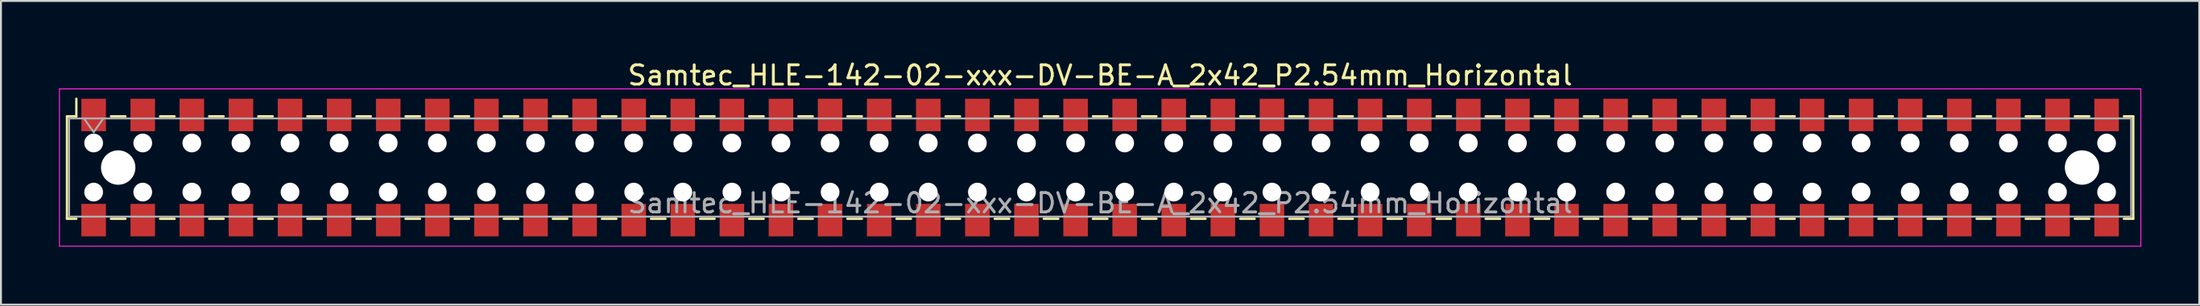
<source format=kicad_pcb>
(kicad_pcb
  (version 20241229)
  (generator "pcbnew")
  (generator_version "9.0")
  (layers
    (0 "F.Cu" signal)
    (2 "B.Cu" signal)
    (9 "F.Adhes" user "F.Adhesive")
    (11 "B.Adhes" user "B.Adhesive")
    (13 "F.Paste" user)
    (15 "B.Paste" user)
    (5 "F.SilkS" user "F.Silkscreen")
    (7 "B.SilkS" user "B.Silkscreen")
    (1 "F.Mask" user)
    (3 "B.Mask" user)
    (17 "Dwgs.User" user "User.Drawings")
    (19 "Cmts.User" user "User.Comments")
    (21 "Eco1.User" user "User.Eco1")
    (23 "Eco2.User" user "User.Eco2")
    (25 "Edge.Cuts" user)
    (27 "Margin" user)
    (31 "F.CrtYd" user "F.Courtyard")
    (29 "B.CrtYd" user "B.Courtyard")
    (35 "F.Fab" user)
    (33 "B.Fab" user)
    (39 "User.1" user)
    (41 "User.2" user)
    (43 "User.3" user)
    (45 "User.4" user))
  (footprint "Samtec_HLE-142-02-xxx-DV-BE-A_2x42_P2.54mm_Horizontal"
    (layer "F.Cu")
    (at 53.865 5.618)
    (property "Reference" "Samtec_HLE-142-02-xxx-DV-BE-A_2x42_P2.54mm_Horizontal" (at 0 -4.77 0) (layer "F.SilkS") (effects (font (size 1 1) (thickness 0.15))))
    (attr smd)
    (fp_line (start -53.45 -2.65) (end -53.45 2.65) (stroke (width 0.12) (type solid)) (layer "F.SilkS"))
    (fp_line (start -53.45 2.65) (end -52.965 2.65) (stroke (width 0.12) (type solid)) (layer "F.SilkS"))
    (fp_line (start -52.965 -3.56) (end -52.965 -2.65) (stroke (width 0.12) (type solid)) (layer "F.SilkS"))
    (fp_line (start -52.965 -2.65) (end -53.45 -2.65) (stroke (width 0.12) (type solid)) (layer "F.SilkS"))
    (fp_line (start -51.175 -2.65) (end -50.425 -2.65) (stroke (width 0.12) (type solid)) (layer "F.SilkS"))
    (fp_line (start -51.175 2.65) (end -50.425 2.65) (stroke (width 0.12) (type solid)) (layer "F.SilkS"))
    (fp_line (start -48.635 -2.65) (end -47.885 -2.65) (stroke (width 0.12) (type solid)) (layer "F.SilkS"))
    (fp_line (start -48.635 2.65) (end -47.885 2.65) (stroke (width 0.12) (type solid)) (layer "F.SilkS"))
    (fp_line (start -46.095 -2.65) (end -45.345 -2.65) (stroke (width 0.12) (type solid)) (layer "F.SilkS"))
    (fp_line (start -46.095 2.65) (end -45.345 2.65) (stroke (width 0.12) (type solid)) (layer "F.SilkS"))
    (fp_line (start -43.555 -2.65) (end -42.805 -2.65) (stroke (width 0.12) (type solid)) (layer "F.SilkS"))
    (fp_line (start -43.555 2.65) (end -42.805 2.65) (stroke (width 0.12) (type solid)) (layer "F.SilkS"))
    (fp_line (start -41.015 -2.65) (end -40.265 -2.65) (stroke (width 0.12) (type solid)) (layer "F.SilkS"))
    (fp_line (start -41.015 2.65) (end -40.265 2.65) (stroke (width 0.12) (type solid)) (layer "F.SilkS"))
    (fp_line (start -38.475 -2.65) (end -37.725 -2.65) (stroke (width 0.12) (type solid)) (layer "F.SilkS"))
    (fp_line (start -38.475 2.65) (end -37.725 2.65) (stroke (width 0.12) (type solid)) (layer "F.SilkS"))
    (fp_line (start -35.935 -2.65) (end -35.185 -2.65) (stroke (width 0.12) (type solid)) (layer "F.SilkS"))
    (fp_line (start -35.935 2.65) (end -35.185 2.65) (stroke (width 0.12) (type solid)) (layer "F.SilkS"))
    (fp_line (start -33.395 -2.65) (end -32.645 -2.65) (stroke (width 0.12) (type solid)) (layer "F.SilkS"))
    (fp_line (start -33.395 2.65) (end -32.645 2.65) (stroke (width 0.12) (type solid)) (layer "F.SilkS"))
    (fp_line (start -30.855 -2.65) (end -30.105 -2.65) (stroke (width 0.12) (type solid)) (layer "F.SilkS"))
    (fp_line (start -30.855 2.65) (end -30.105 2.65) (stroke (width 0.12) (type solid)) (layer "F.SilkS"))
    (fp_line (start -28.315 -2.65) (end -27.565 -2.65) (stroke (width 0.12) (type solid)) (layer "F.SilkS"))
    (fp_line (start -28.315 2.65) (end -27.565 2.65) (stroke (width 0.12) (type solid)) (layer "F.SilkS"))
    (fp_line (start -25.775 -2.65) (end -25.025 -2.65) (stroke (width 0.12) (type solid)) (layer "F.SilkS"))
    (fp_line (start -25.775 2.65) (end -25.025 2.65) (stroke (width 0.12) (type solid)) (layer "F.SilkS"))
    (fp_line (start -23.235 -2.65) (end -22.485 -2.65) (stroke (width 0.12) (type solid)) (layer "F.SilkS"))
    (fp_line (start -23.235 2.65) (end -22.485 2.65) (stroke (width 0.12) (type solid)) (layer "F.SilkS"))
    (fp_line (start -20.695 -2.65) (end -19.945 -2.65) (stroke (width 0.12) (type solid)) (layer "F.SilkS"))
    (fp_line (start -20.695 2.65) (end -19.945 2.65) (stroke (width 0.12) (type solid)) (layer "F.SilkS"))
    (fp_line (start -18.155 -2.65) (end -17.405 -2.65) (stroke (width 0.12) (type solid)) (layer "F.SilkS"))
    (fp_line (start -18.155 2.65) (end -17.405 2.65) (stroke (width 0.12) (type solid)) (layer "F.SilkS"))
    (fp_line (start -15.615 -2.65) (end -14.865 -2.65) (stroke (width 0.12) (type solid)) (layer "F.SilkS"))
    (fp_line (start -15.615 2.65) (end -14.865 2.65) (stroke (width 0.12) (type solid)) (layer "F.SilkS"))
    (fp_line (start -13.075 -2.65) (end -12.325 -2.65) (stroke (width 0.12) (type solid)) (layer "F.SilkS"))
    (fp_line (start -13.075 2.65) (end -12.325 2.65) (stroke (width 0.12) (type solid)) (layer "F.SilkS"))
    (fp_line (start -10.535 -2.65) (end -9.785 -2.65) (stroke (width 0.12) (type solid)) (layer "F.SilkS"))
    (fp_line (start -10.535 2.65) (end -9.785 2.65) (stroke (width 0.12) (type solid)) (layer "F.SilkS"))
    (fp_line (start -7.995 -2.65) (end -7.245 -2.65) (stroke (width 0.12) (type solid)) (layer "F.SilkS"))
    (fp_line (start -7.995 2.65) (end -7.245 2.65) (stroke (width 0.12) (type solid)) (layer "F.SilkS"))
    (fp_line (start -5.455 -2.65) (end -4.705 -2.65) (stroke (width 0.12) (type solid)) (layer "F.SilkS"))
    (fp_line (start -5.455 2.65) (end -4.705 2.65) (stroke (width 0.12) (type solid)) (layer "F.SilkS"))
    (fp_line (start -2.915 -2.65) (end -2.165 -2.65) (stroke (width 0.12) (type solid)) (layer "F.SilkS"))
    (fp_line (start -2.915 2.65) (end -2.165 2.65) (stroke (width 0.12) (type solid)) (layer "F.SilkS"))
    (fp_line (start -0.375 -2.65) (end 0.375 -2.65) (stroke (width 0.12) (type solid)) (layer "F.SilkS"))
    (fp_line (start -0.375 2.65) (end 0.375 2.65) (stroke (width 0.12) (type solid)) (layer "F.SilkS"))
    (fp_line (start 2.165 -2.65) (end 2.915 -2.65) (stroke (width 0.12) (type solid)) (layer "F.SilkS"))
    (fp_line (start 2.165 2.65) (end 2.915 2.65) (stroke (width 0.12) (type solid)) (layer "F.SilkS"))
    (fp_line (start 4.705 -2.65) (end 5.455 -2.65) (stroke (width 0.12) (type solid)) (layer "F.SilkS"))
    (fp_line (start 4.705 2.65) (end 5.455 2.65) (stroke (width 0.12) (type solid)) (layer "F.SilkS"))
    (fp_line (start 7.245 -2.65) (end 7.995 -2.65) (stroke (width 0.12) (type solid)) (layer "F.SilkS"))
    (fp_line (start 7.245 2.65) (end 7.995 2.65) (stroke (width 0.12) (type solid)) (layer "F.SilkS"))
    (fp_line (start 9.785 -2.65) (end 10.535 -2.65) (stroke (width 0.12) (type solid)) (layer "F.SilkS"))
    (fp_line (start 9.785 2.65) (end 10.535 2.65) (stroke (width 0.12) (type solid)) (layer "F.SilkS"))
    (fp_line (start 12.325 -2.65) (end 13.075 -2.65) (stroke (width 0.12) (type solid)) (layer "F.SilkS"))
    (fp_line (start 12.325 2.65) (end 13.075 2.65) (stroke (width 0.12) (type solid)) (layer "F.SilkS"))
    (fp_line (start 14.865 -2.65) (end 15.615 -2.65) (stroke (width 0.12) (type solid)) (layer "F.SilkS"))
    (fp_line (start 14.865 2.65) (end 15.615 2.65) (stroke (width 0.12) (type solid)) (layer "F.SilkS"))
    (fp_line (start 17.405 -2.65) (end 18.155 -2.65) (stroke (width 0.12) (type solid)) (layer "F.SilkS"))
    (fp_line (start 17.405 2.65) (end 18.155 2.65) (stroke (width 0.12) (type solid)) (layer "F.SilkS"))
    (fp_line (start 19.945 -2.65) (end 20.695 -2.65) (stroke (width 0.12) (type solid)) (layer "F.SilkS"))
    (fp_line (start 19.945 2.65) (end 20.695 2.65) (stroke (width 0.12) (type solid)) (layer "F.SilkS"))
    (fp_line (start 22.485 -2.65) (end 23.235 -2.65) (stroke (width 0.12) (type solid)) (layer "F.SilkS"))
    (fp_line (start 22.485 2.65) (end 23.235 2.65) (stroke (width 0.12) (type solid)) (layer "F.SilkS"))
    (fp_line (start 25.025 -2.65) (end 25.775 -2.65) (stroke (width 0.12) (type solid)) (layer "F.SilkS"))
    (fp_line (start 25.025 2.65) (end 25.775 2.65) (stroke (width 0.12) (type solid)) (layer "F.SilkS"))
    (fp_line (start 27.565 -2.65) (end 28.315 -2.65) (stroke (width 0.12) (type solid)) (layer "F.SilkS"))
    (fp_line (start 27.565 2.65) (end 28.315 2.65) (stroke (width 0.12) (type solid)) (layer "F.SilkS"))
    (fp_line (start 30.105 -2.65) (end 30.855 -2.65) (stroke (width 0.12) (type solid)) (layer "F.SilkS"))
    (fp_line (start 30.105 2.65) (end 30.855 2.65) (stroke (width 0.12) (type solid)) (layer "F.SilkS"))
    (fp_line (start 32.645 -2.65) (end 33.395 -2.65) (stroke (width 0.12) (type solid)) (layer "F.SilkS"))
    (fp_line (start 32.645 2.65) (end 33.395 2.65) (stroke (width 0.12) (type solid)) (layer "F.SilkS"))
    (fp_line (start 35.185 -2.65) (end 35.935 -2.65) (stroke (width 0.12) (type solid)) (layer "F.SilkS"))
    (fp_line (start 35.185 2.65) (end 35.935 2.65) (stroke (width 0.12) (type solid)) (layer "F.SilkS"))
    (fp_line (start 37.725 -2.65) (end 38.475 -2.65) (stroke (width 0.12) (type solid)) (layer "F.SilkS"))
    (fp_line (start 37.725 2.65) (end 38.475 2.65) (stroke (width 0.12) (type solid)) (layer "F.SilkS"))
    (fp_line (start 40.265 -2.65) (end 41.015 -2.65) (stroke (width 0.12) (type solid)) (layer "F.SilkS"))
    (fp_line (start 40.265 2.65) (end 41.015 2.65) (stroke (width 0.12) (type solid)) (layer "F.SilkS"))
    (fp_line (start 42.805 -2.65) (end 43.555 -2.65) (stroke (width 0.12) (type solid)) (layer "F.SilkS"))
    (fp_line (start 42.805 2.65) (end 43.555 2.65) (stroke (width 0.12) (type solid)) (layer "F.SilkS"))
    (fp_line (start 45.345 -2.65) (end 46.095 -2.65) (stroke (width 0.12) (type solid)) (layer "F.SilkS"))
    (fp_line (start 45.345 2.65) (end 46.095 2.65) (stroke (width 0.12) (type solid)) (layer "F.SilkS"))
    (fp_line (start 47.885 -2.65) (end 48.635 -2.65) (stroke (width 0.12) (type solid)) (layer "F.SilkS"))
    (fp_line (start 47.885 2.65) (end 48.635 2.65) (stroke (width 0.12) (type solid)) (layer "F.SilkS"))
    (fp_line (start 50.425 -2.65) (end 51.175 -2.65) (stroke (width 0.12) (type solid)) (layer "F.SilkS"))
    (fp_line (start 50.425 2.65) (end 51.175 2.65) (stroke (width 0.12) (type solid)) (layer "F.SilkS"))
    (fp_line (start 52.965 -2.65) (end 53.45 -2.65) (stroke (width 0.12) (type solid)) (layer "F.SilkS"))
    (fp_line (start 53.45 -2.65) (end 53.45 2.65) (stroke (width 0.12) (type solid)) (layer "F.SilkS"))
    (fp_line (start 53.45 2.65) (end 52.965 2.65) (stroke (width 0.12) (type solid)) (layer "F.SilkS"))
    (fp_line (start -53.84 -4.07) (end 53.84 -4.07) (stroke (width 0.05) (type solid)) (layer "F.CrtYd"))
    (fp_line (start -53.84 4.07) (end -53.84 -4.07) (stroke (width 0.05) (type solid)) (layer "F.CrtYd"))
    (fp_line (start 53.84 -4.07) (end 53.84 4.07) (stroke (width 0.05) (type solid)) (layer "F.CrtYd"))
    (fp_line (start 53.84 4.07) (end -53.84 4.07) (stroke (width 0.05) (type solid)) (layer "F.CrtYd"))
    (fp_line (start -53.34 -2.54) (end 53.34 -2.54) (stroke (width 0.1) (type solid)) (layer "F.Fab"))
    (fp_line (start -53.34 2.54) (end -53.34 -2.54) (stroke (width 0.1) (type solid)) (layer "F.Fab"))
    (fp_line (start -52.57 -2.54) (end -52.07 -1.833) (stroke (width 0.1) (type solid)) (layer "F.Fab"))
    (fp_line (start -52.07 -1.833) (end -51.57 -2.54) (stroke (width 0.1) (type solid)) (layer "F.Fab"))
    (fp_line (start 53.34 -2.54) (end 53.34 2.54) (stroke (width 0.1) (type solid)) (layer "F.Fab"))
    (fp_line (start 53.34 2.54) (end -53.34 2.54) (stroke (width 0.1) (type solid)) (layer "F.Fab"))
    (fp_text user "${REFERENCE}" (at 0 1.84 0) (layer "F.Fab") (effects (font (size 1 1) (thickness 0.15))))
    (pad "" np_thru_hole circle (at -52.07 -1.27) (size 0.97 0.97) (drill 0.97) (layers "*.Cu" "*.Mask"))
    (pad "" np_thru_hole circle (at -52.07 1.27) (size 0.97 0.97) (drill 0.97) (layers "*.Cu" "*.Mask"))
    (pad "" np_thru_hole circle (at -50.8 0) (size 1.78 1.78) (drill 1.78) (layers "*.Cu" "*.Mask"))
    (pad "" np_thru_hole circle (at -49.53 -1.27) (size 0.97 0.97) (drill 0.97) (layers "*.Cu" "*.Mask"))
    (pad "" np_thru_hole circle (at -49.53 1.27) (size 0.97 0.97) (drill 0.97) (layers "*.Cu" "*.Mask"))
    (pad "" np_thru_hole circle (at -46.99 -1.27) (size 0.97 0.97) (drill 0.97) (layers "*.Cu" "*.Mask"))
    (pad "" np_thru_hole circle (at -46.99 1.27) (size 0.97 0.97) (drill 0.97) (layers "*.Cu" "*.Mask"))
    (pad "" np_thru_hole circle (at -44.45 -1.27) (size 0.97 0.97) (drill 0.97) (layers "*.Cu" "*.Mask"))
    (pad "" np_thru_hole circle (at -44.45 1.27) (size 0.97 0.97) (drill 0.97) (layers "*.Cu" "*.Mask"))
    (pad "" np_thru_hole circle (at -41.91 -1.27) (size 0.97 0.97) (drill 0.97) (layers "*.Cu" "*.Mask"))
    (pad "" np_thru_hole circle (at -41.91 1.27) (size 0.97 0.97) (drill 0.97) (layers "*.Cu" "*.Mask"))
    (pad "" np_thru_hole circle (at -39.37 -1.27) (size 0.97 0.97) (drill 0.97) (layers "*.Cu" "*.Mask"))
    (pad "" np_thru_hole circle (at -39.37 1.27) (size 0.97 0.97) (drill 0.97) (layers "*.Cu" "*.Mask"))
    (pad "" np_thru_hole circle (at -36.83 -1.27) (size 0.97 0.97) (drill 0.97) (layers "*.Cu" "*.Mask"))
    (pad "" np_thru_hole circle (at -36.83 1.27) (size 0.97 0.97) (drill 0.97) (layers "*.Cu" "*.Mask"))
    (pad "" np_thru_hole circle (at -34.29 -1.27) (size 0.97 0.97) (drill 0.97) (layers "*.Cu" "*.Mask"))
    (pad "" np_thru_hole circle (at -34.29 1.27) (size 0.97 0.97) (drill 0.97) (layers "*.Cu" "*.Mask"))
    (pad "" np_thru_hole circle (at -31.75 -1.27) (size 0.97 0.97) (drill 0.97) (layers "*.Cu" "*.Mask"))
    (pad "" np_thru_hole circle (at -31.75 1.27) (size 0.97 0.97) (drill 0.97) (layers "*.Cu" "*.Mask"))
    (pad "" np_thru_hole circle (at -29.21 -1.27) (size 0.97 0.97) (drill 0.97) (layers "*.Cu" "*.Mask"))
    (pad "" np_thru_hole circle (at -29.21 1.27) (size 0.97 0.97) (drill 0.97) (layers "*.Cu" "*.Mask"))
    (pad "" np_thru_hole circle (at -26.67 -1.27) (size 0.97 0.97) (drill 0.97) (layers "*.Cu" "*.Mask"))
    (pad "" np_thru_hole circle (at -26.67 1.27) (size 0.97 0.97) (drill 0.97) (layers "*.Cu" "*.Mask"))
    (pad "" np_thru_hole circle (at -24.13 -1.27) (size 0.97 0.97) (drill 0.97) (layers "*.Cu" "*.Mask"))
    (pad "" np_thru_hole circle (at -24.13 1.27) (size 0.97 0.97) (drill 0.97) (layers "*.Cu" "*.Mask"))
    (pad "" np_thru_hole circle (at -21.59 -1.27) (size 0.97 0.97) (drill 0.97) (layers "*.Cu" "*.Mask"))
    (pad "" np_thru_hole circle (at -21.59 1.27) (size 0.97 0.97) (drill 0.97) (layers "*.Cu" "*.Mask"))
    (pad "" np_thru_hole circle (at -19.05 -1.27) (size 0.97 0.97) (drill 0.97) (layers "*.Cu" "*.Mask"))
    (pad "" np_thru_hole circle (at -19.05 1.27) (size 0.97 0.97) (drill 0.97) (layers "*.Cu" "*.Mask"))
    (pad "" np_thru_hole circle (at -16.51 -1.27) (size 0.97 0.97) (drill 0.97) (layers "*.Cu" "*.Mask"))
    (pad "" np_thru_hole circle (at -16.51 1.27) (size 0.97 0.97) (drill 0.97) (layers "*.Cu" "*.Mask"))
    (pad "" np_thru_hole circle (at -13.97 -1.27) (size 0.97 0.97) (drill 0.97) (layers "*.Cu" "*.Mask"))
    (pad "" np_thru_hole circle (at -13.97 1.27) (size 0.97 0.97) (drill 0.97) (layers "*.Cu" "*.Mask"))
    (pad "" np_thru_hole circle (at -11.43 -1.27) (size 0.97 0.97) (drill 0.97) (layers "*.Cu" "*.Mask"))
    (pad "" np_thru_hole circle (at -11.43 1.27) (size 0.97 0.97) (drill 0.97) (layers "*.Cu" "*.Mask"))
    (pad "" np_thru_hole circle (at -8.89 -1.27) (size 0.97 0.97) (drill 0.97) (layers "*.Cu" "*.Mask"))
    (pad "" np_thru_hole circle (at -8.89 1.27) (size 0.97 0.97) (drill 0.97) (layers "*.Cu" "*.Mask"))
    (pad "" np_thru_hole circle (at -6.35 -1.27) (size 0.97 0.97) (drill 0.97) (layers "*.Cu" "*.Mask"))
    (pad "" np_thru_hole circle (at -6.35 1.27) (size 0.97 0.97) (drill 0.97) (layers "*.Cu" "*.Mask"))
    (pad "" np_thru_hole circle (at -3.81 -1.27) (size 0.97 0.97) (drill 0.97) (layers "*.Cu" "*.Mask"))
    (pad "" np_thru_hole circle (at -3.81 1.27) (size 0.97 0.97) (drill 0.97) (layers "*.Cu" "*.Mask"))
    (pad "" np_thru_hole circle (at -1.27 -1.27) (size 0.97 0.97) (drill 0.97) (layers "*.Cu" "*.Mask"))
    (pad "" np_thru_hole circle (at -1.27 1.27) (size 0.97 0.97) (drill 0.97) (layers "*.Cu" "*.Mask"))
    (pad "" np_thru_hole circle (at 1.27 -1.27) (size 0.97 0.97) (drill 0.97) (layers "*.Cu" "*.Mask"))
    (pad "" np_thru_hole circle (at 1.27 1.27) (size 0.97 0.97) (drill 0.97) (layers "*.Cu" "*.Mask"))
    (pad "" np_thru_hole circle (at 3.81 -1.27) (size 0.97 0.97) (drill 0.97) (layers "*.Cu" "*.Mask"))
    (pad "" np_thru_hole circle (at 3.81 1.27) (size 0.97 0.97) (drill 0.97) (layers "*.Cu" "*.Mask"))
    (pad "" np_thru_hole circle (at 6.35 -1.27) (size 0.97 0.97) (drill 0.97) (layers "*.Cu" "*.Mask"))
    (pad "" np_thru_hole circle (at 6.35 1.27) (size 0.97 0.97) (drill 0.97) (layers "*.Cu" "*.Mask"))
    (pad "" np_thru_hole circle (at 8.89 -1.27) (size 0.97 0.97) (drill 0.97) (layers "*.Cu" "*.Mask"))
    (pad "" np_thru_hole circle (at 8.89 1.27) (size 0.97 0.97) (drill 0.97) (layers "*.Cu" "*.Mask"))
    (pad "" np_thru_hole circle (at 11.43 -1.27) (size 0.97 0.97) (drill 0.97) (layers "*.Cu" "*.Mask"))
    (pad "" np_thru_hole circle (at 11.43 1.27) (size 0.97 0.97) (drill 0.97) (layers "*.Cu" "*.Mask"))
    (pad "" np_thru_hole circle (at 13.97 -1.27) (size 0.97 0.97) (drill 0.97) (layers "*.Cu" "*.Mask"))
    (pad "" np_thru_hole circle (at 13.97 1.27) (size 0.97 0.97) (drill 0.97) (layers "*.Cu" "*.Mask"))
    (pad "" np_thru_hole circle (at 16.51 -1.27) (size 0.97 0.97) (drill 0.97) (layers "*.Cu" "*.Mask"))
    (pad "" np_thru_hole circle (at 16.51 1.27) (size 0.97 0.97) (drill 0.97) (layers "*.Cu" "*.Mask"))
    (pad "" np_thru_hole circle (at 19.05 -1.27) (size 0.97 0.97) (drill 0.97) (layers "*.Cu" "*.Mask"))
    (pad "" np_thru_hole circle (at 19.05 1.27) (size 0.97 0.97) (drill 0.97) (layers "*.Cu" "*.Mask"))
    (pad "" np_thru_hole circle (at 21.59 -1.27) (size 0.97 0.97) (drill 0.97) (layers "*.Cu" "*.Mask"))
    (pad "" np_thru_hole circle (at 21.59 1.27) (size 0.97 0.97) (drill 0.97) (layers "*.Cu" "*.Mask"))
    (pad "" np_thru_hole circle (at 24.13 -1.27) (size 0.97 0.97) (drill 0.97) (layers "*.Cu" "*.Mask"))
    (pad "" np_thru_hole circle (at 24.13 1.27) (size 0.97 0.97) (drill 0.97) (layers "*.Cu" "*.Mask"))
    (pad "" np_thru_hole circle (at 26.67 -1.27) (size 0.97 0.97) (drill 0.97) (layers "*.Cu" "*.Mask"))
    (pad "" np_thru_hole circle (at 26.67 1.27) (size 0.97 0.97) (drill 0.97) (layers "*.Cu" "*.Mask"))
    (pad "" np_thru_hole circle (at 29.21 -1.27) (size 0.97 0.97) (drill 0.97) (layers "*.Cu" "*.Mask"))
    (pad "" np_thru_hole circle (at 29.21 1.27) (size 0.97 0.97) (drill 0.97) (layers "*.Cu" "*.Mask"))
    (pad "" np_thru_hole circle (at 31.75 -1.27) (size 0.97 0.97) (drill 0.97) (layers "*.Cu" "*.Mask"))
    (pad "" np_thru_hole circle (at 31.75 1.27) (size 0.97 0.97) (drill 0.97) (layers "*.Cu" "*.Mask"))
    (pad "" np_thru_hole circle (at 34.29 -1.27) (size 0.97 0.97) (drill 0.97) (layers "*.Cu" "*.Mask"))
    (pad "" np_thru_hole circle (at 34.29 1.27) (size 0.97 0.97) (drill 0.97) (layers "*.Cu" "*.Mask"))
    (pad "" np_thru_hole circle (at 36.83 -1.27) (size 0.97 0.97) (drill 0.97) (layers "*.Cu" "*.Mask"))
    (pad "" np_thru_hole circle (at 36.83 1.27) (size 0.97 0.97) (drill 0.97) (layers "*.Cu" "*.Mask"))
    (pad "" np_thru_hole circle (at 39.37 -1.27) (size 0.97 0.97) (drill 0.97) (layers "*.Cu" "*.Mask"))
    (pad "" np_thru_hole circle (at 39.37 1.27) (size 0.97 0.97) (drill 0.97) (layers "*.Cu" "*.Mask"))
    (pad "" np_thru_hole circle (at 41.91 -1.27) (size 0.97 0.97) (drill 0.97) (layers "*.Cu" "*.Mask"))
    (pad "" np_thru_hole circle (at 41.91 1.27) (size 0.97 0.97) (drill 0.97) (layers "*.Cu" "*.Mask"))
    (pad "" np_thru_hole circle (at 44.45 -1.27) (size 0.97 0.97) (drill 0.97) (layers "*.Cu" "*.Mask"))
    (pad "" np_thru_hole circle (at 44.45 1.27) (size 0.97 0.97) (drill 0.97) (layers "*.Cu" "*.Mask"))
    (pad "" np_thru_hole circle (at 46.99 -1.27) (size 0.97 0.97) (drill 0.97) (layers "*.Cu" "*.Mask"))
    (pad "" np_thru_hole circle (at 46.99 1.27) (size 0.97 0.97) (drill 0.97) (layers "*.Cu" "*.Mask"))
    (pad "" np_thru_hole circle (at 49.53 -1.27) (size 0.97 0.97) (drill 0.97) (layers "*.Cu" "*.Mask"))
    (pad "" np_thru_hole circle (at 49.53 1.27) (size 0.97 0.97) (drill 0.97) (layers "*.Cu" "*.Mask"))
    (pad "" np_thru_hole circle (at 50.8 0) (size 1.78 1.78) (drill 1.78) (layers "*.Cu" "*.Mask"))
    (pad "" np_thru_hole circle (at 52.07 -1.27) (size 0.97 0.97) (drill 0.97) (layers "*.Cu" "*.Mask"))
    (pad "" np_thru_hole circle (at 52.07 1.27) (size 0.97 0.97) (drill 0.97) (layers "*.Cu" "*.Mask"))
    (pad "1" smd rect (at -52.07 -2.72) (size 1.27 1.68) (layers "F.Cu" "F.Mask" "F.Paste"))
    (pad "2" smd rect (at -52.07 2.72) (size 1.27 1.68) (layers "F.Cu" "F.Mask" "F.Paste"))
    (pad "3" smd rect (at -49.53 -2.72) (size 1.27 1.68) (layers "F.Cu" "F.Mask" "F.Paste"))
    (pad "4" smd rect (at -49.53 2.72) (size 1.27 1.68) (layers "F.Cu" "F.Mask" "F.Paste"))
    (pad "5" smd rect (at -46.99 -2.72) (size 1.27 1.68) (layers "F.Cu" "F.Mask" "F.Paste"))
    (pad "6" smd rect (at -46.99 2.72) (size 1.27 1.68) (layers "F.Cu" "F.Mask" "F.Paste"))
    (pad "7" smd rect (at -44.45 -2.72) (size 1.27 1.68) (layers "F.Cu" "F.Mask" "F.Paste"))
    (pad "8" smd rect (at -44.45 2.72) (size 1.27 1.68) (layers "F.Cu" "F.Mask" "F.Paste"))
    (pad "9" smd rect (at -41.91 -2.72) (size 1.27 1.68) (layers "F.Cu" "F.Mask" "F.Paste"))
    (pad "10" smd rect (at -41.91 2.72) (size 1.27 1.68) (layers "F.Cu" "F.Mask" "F.Paste"))
    (pad "11" smd rect (at -39.37 -2.72) (size 1.27 1.68) (layers "F.Cu" "F.Mask" "F.Paste"))
    (pad "12" smd rect (at -39.37 2.72) (size 1.27 1.68) (layers "F.Cu" "F.Mask" "F.Paste"))
    (pad "13" smd rect (at -36.83 -2.72) (size 1.27 1.68) (layers "F.Cu" "F.Mask" "F.Paste"))
    (pad "14" smd rect (at -36.83 2.72) (size 1.27 1.68) (layers "F.Cu" "F.Mask" "F.Paste"))
    (pad "15" smd rect (at -34.29 -2.72) (size 1.27 1.68) (layers "F.Cu" "F.Mask" "F.Paste"))
    (pad "16" smd rect (at -34.29 2.72) (size 1.27 1.68) (layers "F.Cu" "F.Mask" "F.Paste"))
    (pad "17" smd rect (at -31.75 -2.72) (size 1.27 1.68) (layers "F.Cu" "F.Mask" "F.Paste"))
    (pad "18" smd rect (at -31.75 2.72) (size 1.27 1.68) (layers "F.Cu" "F.Mask" "F.Paste"))
    (pad "19" smd rect (at -29.21 -2.72) (size 1.27 1.68) (layers "F.Cu" "F.Mask" "F.Paste"))
    (pad "20" smd rect (at -29.21 2.72) (size 1.27 1.68) (layers "F.Cu" "F.Mask" "F.Paste"))
    (pad "21" smd rect (at -26.67 -2.72) (size 1.27 1.68) (layers "F.Cu" "F.Mask" "F.Paste"))
    (pad "22" smd rect (at -26.67 2.72) (size 1.27 1.68) (layers "F.Cu" "F.Mask" "F.Paste"))
    (pad "23" smd rect (at -24.13 -2.72) (size 1.27 1.68) (layers "F.Cu" "F.Mask" "F.Paste"))
    (pad "24" smd rect (at -24.13 2.72) (size 1.27 1.68) (layers "F.Cu" "F.Mask" "F.Paste"))
    (pad "25" smd rect (at -21.59 -2.72) (size 1.27 1.68) (layers "F.Cu" "F.Mask" "F.Paste"))
    (pad "26" smd rect (at -21.59 2.72) (size 1.27 1.68) (layers "F.Cu" "F.Mask" "F.Paste"))
    (pad "27" smd rect (at -19.05 -2.72) (size 1.27 1.68) (layers "F.Cu" "F.Mask" "F.Paste"))
    (pad "28" smd rect (at -19.05 2.72) (size 1.27 1.68) (layers "F.Cu" "F.Mask" "F.Paste"))
    (pad "29" smd rect (at -16.51 -2.72) (size 1.27 1.68) (layers "F.Cu" "F.Mask" "F.Paste"))
    (pad "30" smd rect (at -16.51 2.72) (size 1.27 1.68) (layers "F.Cu" "F.Mask" "F.Paste"))
    (pad "31" smd rect (at -13.97 -2.72) (size 1.27 1.68) (layers "F.Cu" "F.Mask" "F.Paste"))
    (pad "32" smd rect (at -13.97 2.72) (size 1.27 1.68) (layers "F.Cu" "F.Mask" "F.Paste"))
    (pad "33" smd rect (at -11.43 -2.72) (size 1.27 1.68) (layers "F.Cu" "F.Mask" "F.Paste"))
    (pad "34" smd rect (at -11.43 2.72) (size 1.27 1.68) (layers "F.Cu" "F.Mask" "F.Paste"))
    (pad "35" smd rect (at -8.89 -2.72) (size 1.27 1.68) (layers "F.Cu" "F.Mask" "F.Paste"))
    (pad "36" smd rect (at -8.89 2.72) (size 1.27 1.68) (layers "F.Cu" "F.Mask" "F.Paste"))
    (pad "37" smd rect (at -6.35 -2.72) (size 1.27 1.68) (layers "F.Cu" "F.Mask" "F.Paste"))
    (pad "38" smd rect (at -6.35 2.72) (size 1.27 1.68) (layers "F.Cu" "F.Mask" "F.Paste"))
    (pad "39" smd rect (at -3.81 -2.72) (size 1.27 1.68) (layers "F.Cu" "F.Mask" "F.Paste"))
    (pad "40" smd rect (at -3.81 2.72) (size 1.27 1.68) (layers "F.Cu" "F.Mask" "F.Paste"))
    (pad "41" smd rect (at -1.27 -2.72) (size 1.27 1.68) (layers "F.Cu" "F.Mask" "F.Paste"))
    (pad "42" smd rect (at -1.27 2.72) (size 1.27 1.68) (layers "F.Cu" "F.Mask" "F.Paste"))
    (pad "43" smd rect (at 1.27 -2.72) (size 1.27 1.68) (layers "F.Cu" "F.Mask" "F.Paste"))
    (pad "44" smd rect (at 1.27 2.72) (size 1.27 1.68) (layers "F.Cu" "F.Mask" "F.Paste"))
    (pad "45" smd rect (at 3.81 -2.72) (size 1.27 1.68) (layers "F.Cu" "F.Mask" "F.Paste"))
    (pad "46" smd rect (at 3.81 2.72) (size 1.27 1.68) (layers "F.Cu" "F.Mask" "F.Paste"))
    (pad "47" smd rect (at 6.35 -2.72) (size 1.27 1.68) (layers "F.Cu" "F.Mask" "F.Paste"))
    (pad "48" smd rect (at 6.35 2.72) (size 1.27 1.68) (layers "F.Cu" "F.Mask" "F.Paste"))
    (pad "49" smd rect (at 8.89 -2.72) (size 1.27 1.68) (layers "F.Cu" "F.Mask" "F.Paste"))
    (pad "50" smd rect (at 8.89 2.72) (size 1.27 1.68) (layers "F.Cu" "F.Mask" "F.Paste"))
    (pad "51" smd rect (at 11.43 -2.72) (size 1.27 1.68) (layers "F.Cu" "F.Mask" "F.Paste"))
    (pad "52" smd rect (at 11.43 2.72) (size 1.27 1.68) (layers "F.Cu" "F.Mask" "F.Paste"))
    (pad "53" smd rect (at 13.97 -2.72) (size 1.27 1.68) (layers "F.Cu" "F.Mask" "F.Paste"))
    (pad "54" smd rect (at 13.97 2.72) (size 1.27 1.68) (layers "F.Cu" "F.Mask" "F.Paste"))
    (pad "55" smd rect (at 16.51 -2.72) (size 1.27 1.68) (layers "F.Cu" "F.Mask" "F.Paste"))
    (pad "56" smd rect (at 16.51 2.72) (size 1.27 1.68) (layers "F.Cu" "F.Mask" "F.Paste"))
    (pad "57" smd rect (at 19.05 -2.72) (size 1.27 1.68) (layers "F.Cu" "F.Mask" "F.Paste"))
    (pad "58" smd rect (at 19.05 2.72) (size 1.27 1.68) (layers "F.Cu" "F.Mask" "F.Paste"))
    (pad "59" smd rect (at 21.59 -2.72) (size 1.27 1.68) (layers "F.Cu" "F.Mask" "F.Paste"))
    (pad "60" smd rect (at 21.59 2.72) (size 1.27 1.68) (layers "F.Cu" "F.Mask" "F.Paste"))
    (pad "61" smd rect (at 24.13 -2.72) (size 1.27 1.68) (layers "F.Cu" "F.Mask" "F.Paste"))
    (pad "62" smd rect (at 24.13 2.72) (size 1.27 1.68) (layers "F.Cu" "F.Mask" "F.Paste"))
    (pad "63" smd rect (at 26.67 -2.72) (size 1.27 1.68) (layers "F.Cu" "F.Mask" "F.Paste"))
    (pad "64" smd rect (at 26.67 2.72) (size 1.27 1.68) (layers "F.Cu" "F.Mask" "F.Paste"))
    (pad "65" smd rect (at 29.21 -2.72) (size 1.27 1.68) (layers "F.Cu" "F.Mask" "F.Paste"))
    (pad "66" smd rect (at 29.21 2.72) (size 1.27 1.68) (layers "F.Cu" "F.Mask" "F.Paste"))
    (pad "67" smd rect (at 31.75 -2.72) (size 1.27 1.68) (layers "F.Cu" "F.Mask" "F.Paste"))
    (pad "68" smd rect (at 31.75 2.72) (size 1.27 1.68) (layers "F.Cu" "F.Mask" "F.Paste"))
    (pad "69" smd rect (at 34.29 -2.72) (size 1.27 1.68) (layers "F.Cu" "F.Mask" "F.Paste"))
    (pad "70" smd rect (at 34.29 2.72) (size 1.27 1.68) (layers "F.Cu" "F.Mask" "F.Paste"))
    (pad "71" smd rect (at 36.83 -2.72) (size 1.27 1.68) (layers "F.Cu" "F.Mask" "F.Paste"))
    (pad "72" smd rect (at 36.83 2.72) (size 1.27 1.68) (layers "F.Cu" "F.Mask" "F.Paste"))
    (pad "73" smd rect (at 39.37 -2.72) (size 1.27 1.68) (layers "F.Cu" "F.Mask" "F.Paste"))
    (pad "74" smd rect (at 39.37 2.72) (size 1.27 1.68) (layers "F.Cu" "F.Mask" "F.Paste"))
    (pad "75" smd rect (at 41.91 -2.72) (size 1.27 1.68) (layers "F.Cu" "F.Mask" "F.Paste"))
    (pad "76" smd rect (at 41.91 2.72) (size 1.27 1.68) (layers "F.Cu" "F.Mask" "F.Paste"))
    (pad "77" smd rect (at 44.45 -2.72) (size 1.27 1.68) (layers "F.Cu" "F.Mask" "F.Paste"))
    (pad "78" smd rect (at 44.45 2.72) (size 1.27 1.68) (layers "F.Cu" "F.Mask" "F.Paste"))
    (pad "79" smd rect (at 46.99 -2.72) (size 1.27 1.68) (layers "F.Cu" "F.Mask" "F.Paste"))
    (pad "80" smd rect (at 46.99 2.72) (size 1.27 1.68) (layers "F.Cu" "F.Mask" "F.Paste"))
    (pad "81" smd rect (at 49.53 -2.72) (size 1.27 1.68) (layers "F.Cu" "F.Mask" "F.Paste"))
    (pad "82" smd rect (at 49.53 2.72) (size 1.27 1.68) (layers "F.Cu" "F.Mask" "F.Paste"))
    (pad "83" smd rect (at 52.07 -2.72) (size 1.27 1.68) (layers "F.Cu" "F.Mask" "F.Paste"))
    (pad "84" smd rect (at 52.07 2.72) (size 1.27 1.68) (layers "F.Cu" "F.Mask" "F.Paste")))
  (gr_rect
    (start -3 -3)
    (end 110.73 12.713)
    (stroke (width 0.1) (type default))
    (fill no)
    (layer "Edge.Cuts")))
</source>
